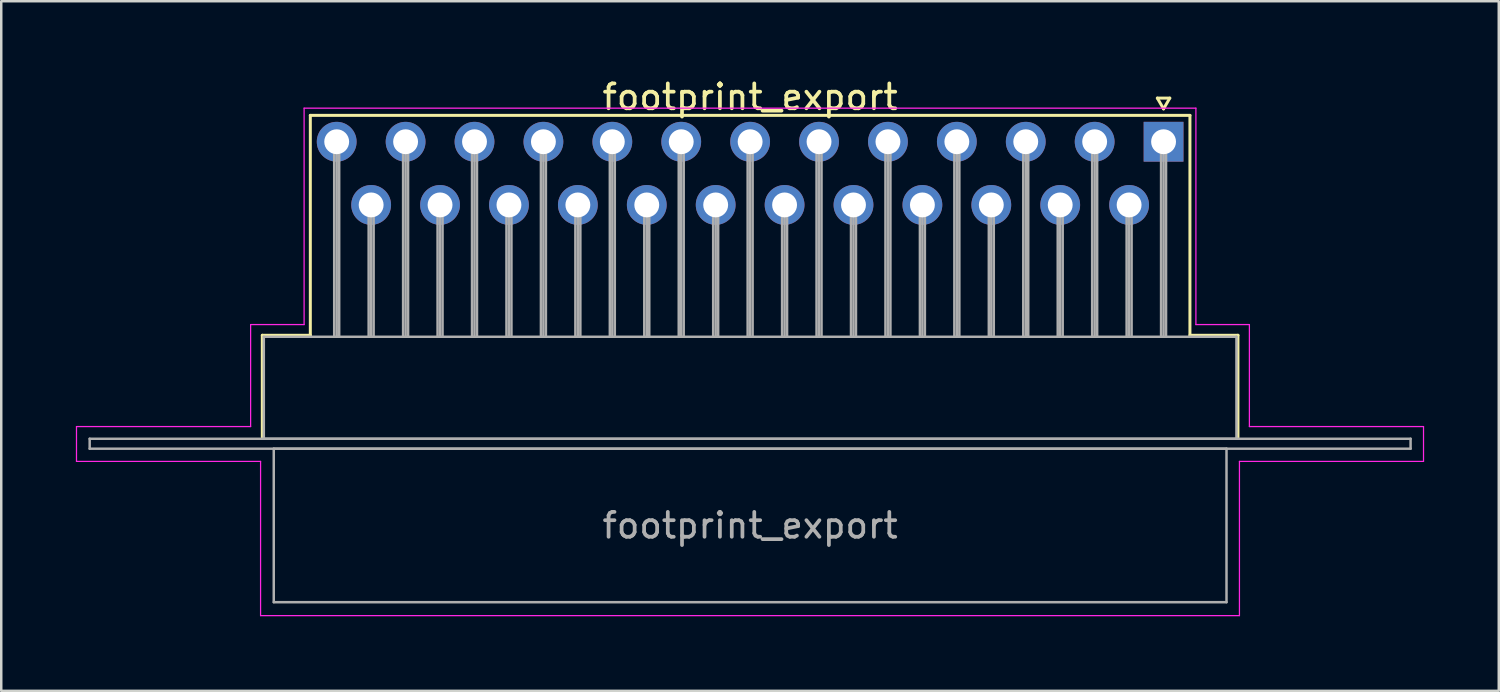
<source format=kicad_pcb>
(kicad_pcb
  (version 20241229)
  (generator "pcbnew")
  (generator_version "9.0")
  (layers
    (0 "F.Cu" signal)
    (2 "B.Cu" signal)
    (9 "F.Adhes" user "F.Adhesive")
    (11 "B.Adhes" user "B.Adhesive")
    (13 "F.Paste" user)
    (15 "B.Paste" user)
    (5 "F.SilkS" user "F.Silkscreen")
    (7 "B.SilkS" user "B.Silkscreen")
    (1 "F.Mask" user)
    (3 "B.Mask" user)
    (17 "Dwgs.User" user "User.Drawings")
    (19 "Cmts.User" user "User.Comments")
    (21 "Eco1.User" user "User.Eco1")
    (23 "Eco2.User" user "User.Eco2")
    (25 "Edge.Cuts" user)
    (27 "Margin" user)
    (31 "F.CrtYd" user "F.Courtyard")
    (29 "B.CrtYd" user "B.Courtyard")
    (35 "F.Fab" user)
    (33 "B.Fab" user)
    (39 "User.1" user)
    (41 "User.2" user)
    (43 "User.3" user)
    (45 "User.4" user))
  (footprint "footprint_export"
    (layer "F.Cu")
    (at 43.725 2.648)
    (property "Reference" "footprint_export" (at -16.62 -1.8 0) (layer "F.SilkS") (effects (font (size 1 1) (thickness 0.15))))
    (attr through_hole)
    (fp_line (start -36.23 7.78) (end -34.3 7.78) (stroke (width 0.12) (type solid)) (layer "F.SilkS"))
    (fp_line (start -36.23 11.88) (end -36.23 7.78) (stroke (width 0.12) (type solid)) (layer "F.SilkS"))
    (fp_line (start -34.3 -1.06) (end 1.06 -1.06) (stroke (width 0.12) (type solid)) (layer "F.SilkS"))
    (fp_line (start -34.3 7.78) (end -34.3 -1.06) (stroke (width 0.12) (type solid)) (layer "F.SilkS"))
    (fp_line (start -0.25 -1.754) (end 0.25 -1.754) (stroke (width 0.12) (type solid)) (layer "F.SilkS"))
    (fp_line (start 0 -1.321) (end -0.25 -1.754) (stroke (width 0.12) (type solid)) (layer "F.SilkS"))
    (fp_line (start 0.25 -1.754) (end 0 -1.321) (stroke (width 0.12) (type solid)) (layer "F.SilkS"))
    (fp_line (start 1.06 -1.06) (end 1.06 7.78) (stroke (width 0.12) (type solid)) (layer "F.SilkS"))
    (fp_line (start 1.06 7.78) (end 2.99 7.78) (stroke (width 0.12) (type solid)) (layer "F.SilkS"))
    (fp_line (start 2.99 7.78) (end 2.99 11.88) (stroke (width 0.12) (type solid)) (layer "F.SilkS"))
    (fp_line (start -43.7 11.45) (end -36.7 11.45) (stroke (width 0.05) (type solid)) (layer "F.CrtYd"))
    (fp_line (start -43.7 12.85) (end -43.7 11.45) (stroke (width 0.05) (type solid)) (layer "F.CrtYd"))
    (fp_line (start -36.7 7.35) (end -34.55 7.35) (stroke (width 0.05) (type solid)) (layer "F.CrtYd"))
    (fp_line (start -36.7 11.45) (end -36.7 7.35) (stroke (width 0.05) (type solid)) (layer "F.CrtYd"))
    (fp_line (start -36.3 12.85) (end -43.7 12.85) (stroke (width 0.05) (type solid)) (layer "F.CrtYd"))
    (fp_line (start -36.3 19.05) (end -36.3 12.85) (stroke (width 0.05) (type solid)) (layer "F.CrtYd"))
    (fp_line (start -34.55 -1.35) (end 1.3 -1.35) (stroke (width 0.05) (type solid)) (layer "F.CrtYd"))
    (fp_line (start -34.55 7.35) (end -34.55 -1.35) (stroke (width 0.05) (type solid)) (layer "F.CrtYd"))
    (fp_line (start 1.3 -1.35) (end 1.3 7.35) (stroke (width 0.05) (type solid)) (layer "F.CrtYd"))
    (fp_line (start 1.3 7.35) (end 3.45 7.35) (stroke (width 0.05) (type solid)) (layer "F.CrtYd"))
    (fp_line (start 3.05 12.85) (end 3.05 19.05) (stroke (width 0.05) (type solid)) (layer "F.CrtYd"))
    (fp_line (start 3.05 19.05) (end -36.3 19.05) (stroke (width 0.05) (type solid)) (layer "F.CrtYd"))
    (fp_line (start 3.45 7.35) (end 3.45 11.45) (stroke (width 0.05) (type solid)) (layer "F.CrtYd"))
    (fp_line (start 3.45 11.45) (end 10.45 11.45) (stroke (width 0.05) (type solid)) (layer "F.CrtYd"))
    (fp_line (start 10.45 11.45) (end 10.45 12.85) (stroke (width 0.05) (type solid)) (layer "F.CrtYd"))
    (fp_line (start 10.45 12.85) (end 3.05 12.85) (stroke (width 0.05) (type solid)) (layer "F.CrtYd"))
    (fp_line (start -43.17 11.94) (end -43.17 12.34) (stroke (width 0.1) (type solid)) (layer "F.Fab"))
    (fp_line (start -43.17 12.34) (end 9.93 12.34) (stroke (width 0.1) (type solid)) (layer "F.Fab"))
    (fp_line (start -36.17 7.84) (end -36.17 11.94) (stroke (width 0.1) (type solid)) (layer "F.Fab"))
    (fp_line (start -36.17 11.94) (end 2.93 11.94) (stroke (width 0.1) (type solid)) (layer "F.Fab"))
    (fp_line (start -35.77 12.34) (end -35.77 18.51) (stroke (width 0.1) (type solid)) (layer "F.Fab"))
    (fp_line (start -35.77 18.51) (end 2.53 18.51) (stroke (width 0.1) (type solid)) (layer "F.Fab"))
    (fp_line (start -33.34 0) (end -33.34 7.84) (stroke (width 0.1) (type solid)) (layer "F.Fab"))
    (fp_line (start -33.24 0) (end -33.24 7.84) (stroke (width 0.1) (type solid)) (layer "F.Fab"))
    (fp_line (start -33.14 0) (end -33.14 7.84) (stroke (width 0.1) (type solid)) (layer "F.Fab"))
    (fp_line (start -31.955 2.54) (end -31.955 7.84) (stroke (width 0.1) (type solid)) (layer "F.Fab"))
    (fp_line (start -31.855 2.54) (end -31.855 7.84) (stroke (width 0.1) (type solid)) (layer "F.Fab"))
    (fp_line (start -31.755 2.54) (end -31.755 7.84) (stroke (width 0.1) (type solid)) (layer "F.Fab"))
    (fp_line (start -30.57 0) (end -30.57 7.84) (stroke (width 0.1) (type solid)) (layer "F.Fab"))
    (fp_line (start -30.47 0) (end -30.47 7.84) (stroke (width 0.1) (type solid)) (layer "F.Fab"))
    (fp_line (start -30.37 0) (end -30.37 7.84) (stroke (width 0.1) (type solid)) (layer "F.Fab"))
    (fp_line (start -29.185 2.54) (end -29.185 7.84) (stroke (width 0.1) (type solid)) (layer "F.Fab"))
    (fp_line (start -29.085 2.54) (end -29.085 7.84) (stroke (width 0.1) (type solid)) (layer "F.Fab"))
    (fp_line (start -28.985 2.54) (end -28.985 7.84) (stroke (width 0.1) (type solid)) (layer "F.Fab"))
    (fp_line (start -27.8 0) (end -27.8 7.84) (stroke (width 0.1) (type solid)) (layer "F.Fab"))
    (fp_line (start -27.7 0) (end -27.7 7.84) (stroke (width 0.1) (type solid)) (layer "F.Fab"))
    (fp_line (start -27.6 0) (end -27.6 7.84) (stroke (width 0.1) (type solid)) (layer "F.Fab"))
    (fp_line (start -26.415 2.54) (end -26.415 7.84) (stroke (width 0.1) (type solid)) (layer "F.Fab"))
    (fp_line (start -26.315 2.54) (end -26.315 7.84) (stroke (width 0.1) (type solid)) (layer "F.Fab"))
    (fp_line (start -26.215 2.54) (end -26.215 7.84) (stroke (width 0.1) (type solid)) (layer "F.Fab"))
    (fp_line (start -25.03 0) (end -25.03 7.84) (stroke (width 0.1) (type solid)) (layer "F.Fab"))
    (fp_line (start -24.93 0) (end -24.93 7.84) (stroke (width 0.1) (type solid)) (layer "F.Fab"))
    (fp_line (start -24.83 0) (end -24.83 7.84) (stroke (width 0.1) (type solid)) (layer "F.Fab"))
    (fp_line (start -23.645 2.54) (end -23.645 7.84) (stroke (width 0.1) (type solid)) (layer "F.Fab"))
    (fp_line (start -23.545 2.54) (end -23.545 7.84) (stroke (width 0.1) (type solid)) (layer "F.Fab"))
    (fp_line (start -23.445 2.54) (end -23.445 7.84) (stroke (width 0.1) (type solid)) (layer "F.Fab"))
    (fp_line (start -22.26 0) (end -22.26 7.84) (stroke (width 0.1) (type solid)) (layer "F.Fab"))
    (fp_line (start -22.16 0) (end -22.16 7.84) (stroke (width 0.1) (type solid)) (layer "F.Fab"))
    (fp_line (start -22.06 0) (end -22.06 7.84) (stroke (width 0.1) (type solid)) (layer "F.Fab"))
    (fp_line (start -20.875 2.54) (end -20.875 7.84) (stroke (width 0.1) (type solid)) (layer "F.Fab"))
    (fp_line (start -20.775 2.54) (end -20.775 7.84) (stroke (width 0.1) (type solid)) (layer "F.Fab"))
    (fp_line (start -20.675 2.54) (end -20.675 7.84) (stroke (width 0.1) (type solid)) (layer "F.Fab"))
    (fp_line (start -19.49 0) (end -19.49 7.84) (stroke (width 0.1) (type solid)) (layer "F.Fab"))
    (fp_line (start -19.39 0) (end -19.39 7.84) (stroke (width 0.1) (type solid)) (layer "F.Fab"))
    (fp_line (start -19.29 0) (end -19.29 7.84) (stroke (width 0.1) (type solid)) (layer "F.Fab"))
    (fp_line (start -18.105 2.54) (end -18.105 7.84) (stroke (width 0.1) (type solid)) (layer "F.Fab"))
    (fp_line (start -18.005 2.54) (end -18.005 7.84) (stroke (width 0.1) (type solid)) (layer "F.Fab"))
    (fp_line (start -17.905 2.54) (end -17.905 7.84) (stroke (width 0.1) (type solid)) (layer "F.Fab"))
    (fp_line (start -16.72 0) (end -16.72 7.84) (stroke (width 0.1) (type solid)) (layer "F.Fab"))
    (fp_line (start -16.62 0) (end -16.62 7.84) (stroke (width 0.1) (type solid)) (layer "F.Fab"))
    (fp_line (start -16.52 0) (end -16.52 7.84) (stroke (width 0.1) (type solid)) (layer "F.Fab"))
    (fp_line (start -15.335 2.54) (end -15.335 7.84) (stroke (width 0.1) (type solid)) (layer "F.Fab"))
    (fp_line (start -15.235 2.54) (end -15.235 7.84) (stroke (width 0.1) (type solid)) (layer "F.Fab"))
    (fp_line (start -15.135 2.54) (end -15.135 7.84) (stroke (width 0.1) (type solid)) (layer "F.Fab"))
    (fp_line (start -13.95 0) (end -13.95 7.84) (stroke (width 0.1) (type solid)) (layer "F.Fab"))
    (fp_line (start -13.85 0) (end -13.85 7.84) (stroke (width 0.1) (type solid)) (layer "F.Fab"))
    (fp_line (start -13.75 0) (end -13.75 7.84) (stroke (width 0.1) (type solid)) (layer "F.Fab"))
    (fp_line (start -12.565 2.54) (end -12.565 7.84) (stroke (width 0.1) (type solid)) (layer "F.Fab"))
    (fp_line (start -12.465 2.54) (end -12.465 7.84) (stroke (width 0.1) (type solid)) (layer "F.Fab"))
    (fp_line (start -12.365 2.54) (end -12.365 7.84) (stroke (width 0.1) (type solid)) (layer "F.Fab"))
    (fp_line (start -11.18 0) (end -11.18 7.84) (stroke (width 0.1) (type solid)) (layer "F.Fab"))
    (fp_line (start -11.08 0) (end -11.08 7.84) (stroke (width 0.1) (type solid)) (layer "F.Fab"))
    (fp_line (start -10.98 0) (end -10.98 7.84) (stroke (width 0.1) (type solid)) (layer "F.Fab"))
    (fp_line (start -9.795 2.54) (end -9.795 7.84) (stroke (width 0.1) (type solid)) (layer "F.Fab"))
    (fp_line (start -9.695 2.54) (end -9.695 7.84) (stroke (width 0.1) (type solid)) (layer "F.Fab"))
    (fp_line (start -9.595 2.54) (end -9.595 7.84) (stroke (width 0.1) (type solid)) (layer "F.Fab"))
    (fp_line (start -8.41 0) (end -8.41 7.84) (stroke (width 0.1) (type solid)) (layer "F.Fab"))
    (fp_line (start -8.31 0) (end -8.31 7.84) (stroke (width 0.1) (type solid)) (layer "F.Fab"))
    (fp_line (start -8.21 0) (end -8.21 7.84) (stroke (width 0.1) (type solid)) (layer "F.Fab"))
    (fp_line (start -7.025 2.54) (end -7.025 7.84) (stroke (width 0.1) (type solid)) (layer "F.Fab"))
    (fp_line (start -6.925 2.54) (end -6.925 7.84) (stroke (width 0.1) (type solid)) (layer "F.Fab"))
    (fp_line (start -6.825 2.54) (end -6.825 7.84) (stroke (width 0.1) (type solid)) (layer "F.Fab"))
    (fp_line (start -5.64 0) (end -5.64 7.84) (stroke (width 0.1) (type solid)) (layer "F.Fab"))
    (fp_line (start -5.54 0) (end -5.54 7.84) (stroke (width 0.1) (type solid)) (layer "F.Fab"))
    (fp_line (start -5.44 0) (end -5.44 7.84) (stroke (width 0.1) (type solid)) (layer "F.Fab"))
    (fp_line (start -4.255 2.54) (end -4.255 7.84) (stroke (width 0.1) (type solid)) (layer "F.Fab"))
    (fp_line (start -4.155 2.54) (end -4.155 7.84) (stroke (width 0.1) (type solid)) (layer "F.Fab"))
    (fp_line (start -4.055 2.54) (end -4.055 7.84) (stroke (width 0.1) (type solid)) (layer "F.Fab"))
    (fp_line (start -2.87 0) (end -2.87 7.84) (stroke (width 0.1) (type solid)) (layer "F.Fab"))
    (fp_line (start -2.77 0) (end -2.77 7.84) (stroke (width 0.1) (type solid)) (layer "F.Fab"))
    (fp_line (start -2.67 0) (end -2.67 7.84) (stroke (width 0.1) (type solid)) (layer "F.Fab"))
    (fp_line (start -1.485 2.54) (end -1.485 7.84) (stroke (width 0.1) (type solid)) (layer "F.Fab"))
    (fp_line (start -1.385 2.54) (end -1.385 7.84) (stroke (width 0.1) (type solid)) (layer "F.Fab"))
    (fp_line (start -1.285 2.54) (end -1.285 7.84) (stroke (width 0.1) (type solid)) (layer "F.Fab"))
    (fp_line (start -0.1 0) (end -0.1 7.84) (stroke (width 0.1) (type solid)) (layer "F.Fab"))
    (fp_line (start 0 0) (end 0 7.84) (stroke (width 0.1) (type solid)) (layer "F.Fab"))
    (fp_line (start 0.1 0) (end 0.1 7.84) (stroke (width 0.1) (type solid)) (layer "F.Fab"))
    (fp_line (start 2.53 12.34) (end -35.77 12.34) (stroke (width 0.1) (type solid)) (layer "F.Fab"))
    (fp_line (start 2.53 18.51) (end 2.53 12.34) (stroke (width 0.1) (type solid)) (layer "F.Fab"))
    (fp_line (start 2.93 7.84) (end -36.17 7.84) (stroke (width 0.1) (type solid)) (layer "F.Fab"))
    (fp_line (start 2.93 11.94) (end 2.93 7.84) (stroke (width 0.1) (type solid)) (layer "F.Fab"))
    (fp_line (start 9.93 11.94) (end -43.17 11.94) (stroke (width 0.1) (type solid)) (layer "F.Fab"))
    (fp_line (start 9.93 12.34) (end 9.93 11.94) (stroke (width 0.1) (type solid)) (layer "F.Fab"))
    (fp_text user "${REFERENCE}" (at -16.62 15.425 0) (layer "F.Fab") (effects (font (size 1 1) (thickness 0.15))))
    (pad "1" thru_hole rect (at 0 0) (size 1.6 1.6) (drill 1) (layers "*.Cu" "*.Mask"))
    (pad "2" thru_hole circle (at -2.77 0) (size 1.6 1.6) (drill 1) (layers "*.Cu" "*.Mask"))
    (pad "3" thru_hole circle (at -5.54 0) (size 1.6 1.6) (drill 1) (layers "*.Cu" "*.Mask"))
    (pad "4" thru_hole circle (at -8.31 0) (size 1.6 1.6) (drill 1) (layers "*.Cu" "*.Mask"))
    (pad "5" thru_hole circle (at -11.08 0) (size 1.6 1.6) (drill 1) (layers "*.Cu" "*.Mask"))
    (pad "6" thru_hole circle (at -13.85 0) (size 1.6 1.6) (drill 1) (layers "*.Cu" "*.Mask"))
    (pad "7" thru_hole circle (at -16.62 0) (size 1.6 1.6) (drill 1) (layers "*.Cu" "*.Mask"))
    (pad "8" thru_hole circle (at -19.39 0) (size 1.6 1.6) (drill 1) (layers "*.Cu" "*.Mask"))
    (pad "9" thru_hole circle (at -22.16 0) (size 1.6 1.6) (drill 1) (layers "*.Cu" "*.Mask"))
    (pad "10" thru_hole circle (at -24.93 0) (size 1.6 1.6) (drill 1) (layers "*.Cu" "*.Mask"))
    (pad "11" thru_hole circle (at -27.7 0) (size 1.6 1.6) (drill 1) (layers "*.Cu" "*.Mask"))
    (pad "12" thru_hole circle (at -30.47 0) (size 1.6 1.6) (drill 1) (layers "*.Cu" "*.Mask"))
    (pad "13" thru_hole circle (at -33.24 0) (size 1.6 1.6) (drill 1) (layers "*.Cu" "*.Mask"))
    (pad "14" thru_hole circle (at -1.385 2.54) (size 1.6 1.6) (drill 1) (layers "*.Cu" "*.Mask"))
    (pad "15" thru_hole circle (at -4.155 2.54) (size 1.6 1.6) (drill 1) (layers "*.Cu" "*.Mask"))
    (pad "16" thru_hole circle (at -6.925 2.54) (size 1.6 1.6) (drill 1) (layers "*.Cu" "*.Mask"))
    (pad "17" thru_hole circle (at -9.695 2.54) (size 1.6 1.6) (drill 1) (layers "*.Cu" "*.Mask"))
    (pad "18" thru_hole circle (at -12.465 2.54) (size 1.6 1.6) (drill 1) (layers "*.Cu" "*.Mask"))
    (pad "19" thru_hole circle (at -15.235 2.54) (size 1.6 1.6) (drill 1) (layers "*.Cu" "*.Mask"))
    (pad "20" thru_hole circle (at -18.005 2.54) (size 1.6 1.6) (drill 1) (layers "*.Cu" "*.Mask"))
    (pad "21" thru_hole circle (at -20.775 2.54) (size 1.6 1.6) (drill 1) (layers "*.Cu" "*.Mask"))
    (pad "22" thru_hole circle (at -23.545 2.54) (size 1.6 1.6) (drill 1) (layers "*.Cu" "*.Mask"))
    (pad "23" thru_hole circle (at -26.315 2.54) (size 1.6 1.6) (drill 1) (layers "*.Cu" "*.Mask"))
    (pad "24" thru_hole circle (at -29.085 2.54) (size 1.6 1.6) (drill 1) (layers "*.Cu" "*.Mask"))
    (pad "25" thru_hole circle (at -31.855 2.54) (size 1.6 1.6) (drill 1) (layers "*.Cu" "*.Mask")))
  (gr_rect
    (start -3 -3)
    (end 57.2 24.723)
    (stroke (width 0.1) (type default))
    (fill no)
    (layer "Edge.Cuts")))
</source>
